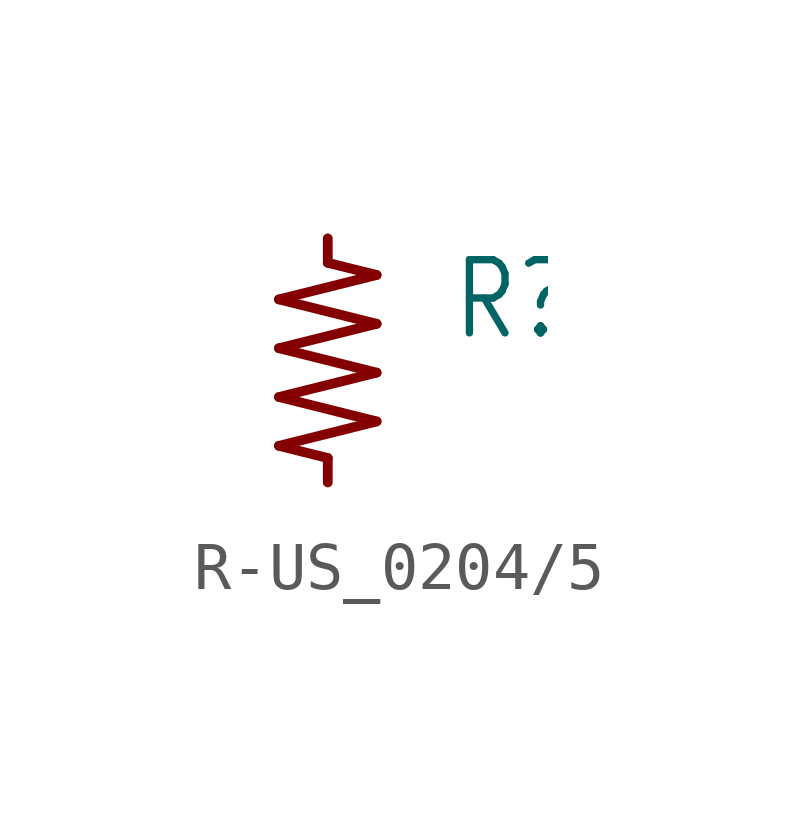
<source format=kicad_sym>
(kicad_symbol_lib
  (version 20220914)
  (generator kicad_symbol_editor)
  (symbol "R-US_0204/5"
    (property "Reference" "R"
      (at 2.54 1.27 0)
      (effects (font (size 1.524 1.295)) (justify left)))
    (property "Value" ""
      (at 2.54 -1.27 0)
      (effects (font (size 1.524 1.295)) (justify left)))
    (property "ki_locked" ""
      (at 0 0 0)
      (effects (font (size 1.27 1.27))))
    (symbol "R-US_0204/5_1_0"
      (polyline (pts (xy -1.016 -1.778) (xy 0 -2.032)) (stroke (width 0.203) (type solid)) (fill (type none)))
      (polyline (pts (xy -1.016 -0.762) (xy 1.016 -0.254)) (stroke (width 0.203) (type solid)) (fill (type none)))
      (polyline (pts (xy -1.016 0.254) (xy 1.016 0.762)) (stroke (width 0.203) (type solid)) (fill (type none)))
      (polyline (pts (xy -1.016 1.27) (xy 1.016 1.778)) (stroke (width 0.203) (type solid)) (fill (type none)))
      (polyline (pts (xy 0 -2.032) (xy 0 -2.54)) (stroke (width 0.203) (type solid)) (fill (type none)))
      (polyline (pts (xy 0 2.032) (xy 0 2.54)) (stroke (width 0.203) (type solid)) (fill (type none)))
      (polyline (pts (xy 1.016 -1.27) (xy -1.016 -1.778)) (stroke (width 0.203) (type solid)) (fill (type none)))
      (polyline (pts (xy 1.016 -1.27) (xy -1.016 -0.762)) (stroke (width 0.203) (type solid)) (fill (type none)))
      (polyline (pts (xy 1.016 -0.254) (xy -1.016 0.254)) (stroke (width 0.203) (type solid)) (fill (type none)))
      (polyline (pts (xy 1.016 0.762) (xy -1.016 1.27)) (stroke (width 0.203) (type solid)) (fill (type none)))
      (polyline (pts (xy 1.016 1.778) (xy 0 2.032)) (stroke (width 0.203) (type solid)) (fill (type none)))
      (pin passive line (at 0 -2.54 90) (length 0) (name "1" (effects (font (size 0 0)))) (number "1" (effects (font (size 0 0)))))
      (pin passive line (at 0 2.54 270) (length 0) (name "2" (effects (font (size 0 0)))) (number "2" (effects (font (size 0 0))))))))
</source>
